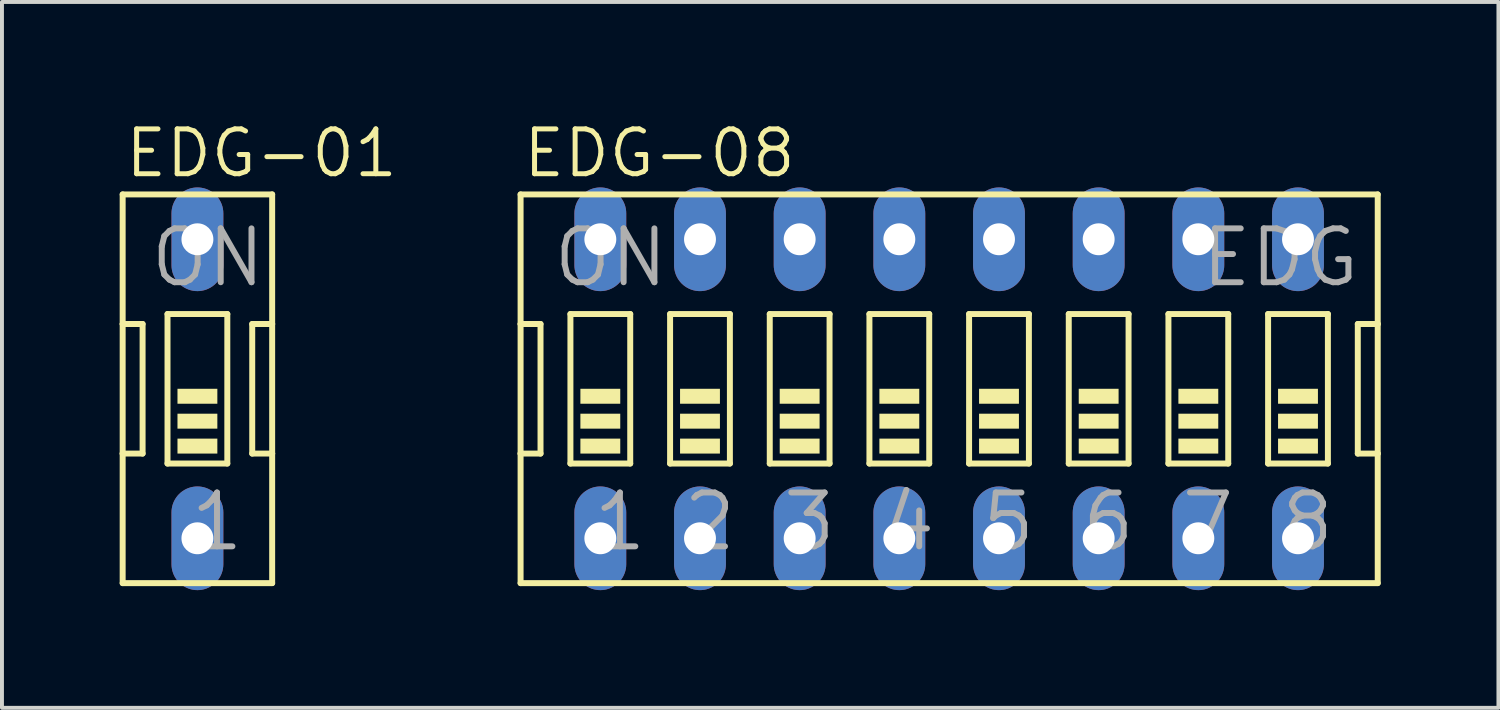
<source format=kicad_pcb>
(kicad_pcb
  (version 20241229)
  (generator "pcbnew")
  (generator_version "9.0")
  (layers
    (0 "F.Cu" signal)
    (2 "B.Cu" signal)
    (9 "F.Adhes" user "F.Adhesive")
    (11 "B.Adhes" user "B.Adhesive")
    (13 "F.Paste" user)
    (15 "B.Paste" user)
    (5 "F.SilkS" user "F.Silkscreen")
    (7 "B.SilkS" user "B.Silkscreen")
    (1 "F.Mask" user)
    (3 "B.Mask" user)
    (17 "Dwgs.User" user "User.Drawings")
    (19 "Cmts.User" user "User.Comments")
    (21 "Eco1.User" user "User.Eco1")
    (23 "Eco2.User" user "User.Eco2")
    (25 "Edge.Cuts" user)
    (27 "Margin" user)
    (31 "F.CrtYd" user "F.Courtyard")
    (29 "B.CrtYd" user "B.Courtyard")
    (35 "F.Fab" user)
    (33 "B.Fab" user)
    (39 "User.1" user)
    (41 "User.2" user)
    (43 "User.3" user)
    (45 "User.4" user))
  (footprint "EDG-08"
    (layer "F.Cu")
    (at 21.139 6.858)
    (property "Reference" "EDG-08" (at -10.922 -5.334 0) (layer "F.SilkS") (effects (font (size 1.143 1.143) (thickness 0.127)) (justify left bottom)))
    (fp_line (start -10.922 -4.953) (end -10.922 -1.651) (stroke (width 0.152) (type solid)) (layer "F.SilkS"))
    (fp_line (start -10.922 -1.651) (end -10.922 1.651) (stroke (width 0.152) (type solid)) (layer "F.SilkS"))
    (fp_line (start -10.922 1.651) (end -10.922 4.953) (stroke (width 0.152) (type solid)) (layer "F.SilkS"))
    (fp_line (start -10.922 1.651) (end -10.414 1.651) (stroke (width 0.152) (type solid)) (layer "F.SilkS"))
    (fp_line (start -10.922 4.953) (end 10.922 4.953) (stroke (width 0.152) (type solid)) (layer "F.SilkS"))
    (fp_line (start -10.414 -1.651) (end -10.922 -1.651) (stroke (width 0.152) (type solid)) (layer "F.SilkS"))
    (fp_line (start -10.414 1.651) (end -10.414 -1.651) (stroke (width 0.152) (type solid)) (layer "F.SilkS"))
    (fp_line (start -9.652 -1.905) (end -9.652 1.905) (stroke (width 0.152) (type solid)) (layer "F.SilkS"))
    (fp_line (start -9.652 -1.905) (end -8.128 -1.905) (stroke (width 0.152) (type solid)) (layer "F.SilkS"))
    (fp_line (start -8.128 1.905) (end -9.652 1.905) (stroke (width 0.152) (type solid)) (layer "F.SilkS"))
    (fp_line (start -8.128 1.905) (end -8.128 -1.905) (stroke (width 0.152) (type solid)) (layer "F.SilkS"))
    (fp_line (start -7.112 -1.905) (end -7.112 1.905) (stroke (width 0.152) (type solid)) (layer "F.SilkS"))
    (fp_line (start -7.112 -1.905) (end -5.588 -1.905) (stroke (width 0.152) (type solid)) (layer "F.SilkS"))
    (fp_line (start -5.588 1.905) (end -7.112 1.905) (stroke (width 0.152) (type solid)) (layer "F.SilkS"))
    (fp_line (start -5.588 1.905) (end -5.588 -1.905) (stroke (width 0.152) (type solid)) (layer "F.SilkS"))
    (fp_line (start -4.572 -1.905) (end -4.572 1.905) (stroke (width 0.152) (type solid)) (layer "F.SilkS"))
    (fp_line (start -4.572 -1.905) (end -3.048 -1.905) (stroke (width 0.152) (type solid)) (layer "F.SilkS"))
    (fp_line (start -3.048 1.905) (end -4.572 1.905) (stroke (width 0.152) (type solid)) (layer "F.SilkS"))
    (fp_line (start -3.048 1.905) (end -3.048 -1.905) (stroke (width 0.152) (type solid)) (layer "F.SilkS"))
    (fp_line (start -2.032 -1.905) (end -2.032 1.905) (stroke (width 0.152) (type solid)) (layer "F.SilkS"))
    (fp_line (start -2.032 -1.905) (end -0.508 -1.905) (stroke (width 0.152) (type solid)) (layer "F.SilkS"))
    (fp_line (start -0.508 1.905) (end -2.032 1.905) (stroke (width 0.152) (type solid)) (layer "F.SilkS"))
    (fp_line (start -0.508 1.905) (end -0.508 -1.905) (stroke (width 0.152) (type solid)) (layer "F.SilkS"))
    (fp_line (start 0.508 -1.905) (end 0.508 1.905) (stroke (width 0.152) (type solid)) (layer "F.SilkS"))
    (fp_line (start 0.508 -1.905) (end 2.032 -1.905) (stroke (width 0.152) (type solid)) (layer "F.SilkS"))
    (fp_line (start 2.032 1.905) (end 0.508 1.905) (stroke (width 0.152) (type solid)) (layer "F.SilkS"))
    (fp_line (start 2.032 1.905) (end 2.032 -1.905) (stroke (width 0.152) (type solid)) (layer "F.SilkS"))
    (fp_line (start 3.048 -1.905) (end 3.048 1.905) (stroke (width 0.152) (type solid)) (layer "F.SilkS"))
    (fp_line (start 3.048 -1.905) (end 4.572 -1.905) (stroke (width 0.152) (type solid)) (layer "F.SilkS"))
    (fp_line (start 4.572 1.905) (end 3.048 1.905) (stroke (width 0.152) (type solid)) (layer "F.SilkS"))
    (fp_line (start 4.572 1.905) (end 4.572 -1.905) (stroke (width 0.152) (type solid)) (layer "F.SilkS"))
    (fp_line (start 5.588 -1.905) (end 5.588 1.905) (stroke (width 0.152) (type solid)) (layer "F.SilkS"))
    (fp_line (start 5.588 -1.905) (end 7.112 -1.905) (stroke (width 0.152) (type solid)) (layer "F.SilkS"))
    (fp_line (start 7.112 1.905) (end 5.588 1.905) (stroke (width 0.152) (type solid)) (layer "F.SilkS"))
    (fp_line (start 7.112 1.905) (end 7.112 -1.905) (stroke (width 0.152) (type solid)) (layer "F.SilkS"))
    (fp_line (start 8.128 -1.905) (end 8.128 1.905) (stroke (width 0.152) (type solid)) (layer "F.SilkS"))
    (fp_line (start 8.128 -1.905) (end 9.652 -1.905) (stroke (width 0.152) (type solid)) (layer "F.SilkS"))
    (fp_line (start 9.652 1.905) (end 8.128 1.905) (stroke (width 0.152) (type solid)) (layer "F.SilkS"))
    (fp_line (start 9.652 1.905) (end 9.652 -1.905) (stroke (width 0.152) (type solid)) (layer "F.SilkS"))
    (fp_line (start 10.414 -1.651) (end 10.414 1.651) (stroke (width 0.152) (type solid)) (layer "F.SilkS"))
    (fp_line (start 10.414 1.651) (end 10.922 1.651) (stroke (width 0.152) (type solid)) (layer "F.SilkS"))
    (fp_line (start 10.922 -4.953) (end -10.922 -4.953) (stroke (width 0.152) (type solid)) (layer "F.SilkS"))
    (fp_line (start 10.922 -1.651) (end 10.414 -1.651) (stroke (width 0.152) (type solid)) (layer "F.SilkS"))
    (fp_line (start 10.922 -1.651) (end 10.922 -4.953) (stroke (width 0.152) (type solid)) (layer "F.SilkS"))
    (fp_line (start 10.922 1.651) (end 10.922 -1.651) (stroke (width 0.152) (type solid)) (layer "F.SilkS"))
    (fp_line (start 10.922 4.953) (end 10.922 1.651) (stroke (width 0.152) (type solid)) (layer "F.SilkS"))
    (fp_poly (pts (xy -9.398 0.381) (xy -8.382 0.381) (xy -8.382 0) (xy -9.398 0)) (stroke (width 0) (type solid)) (fill yes) (layer "F.SilkS"))
    (fp_poly (pts (xy -9.398 1.016) (xy -8.382 1.016) (xy -8.382 0.635) (xy -9.398 0.635)) (stroke (width 0) (type solid)) (fill yes) (layer "F.SilkS"))
    (fp_poly (pts (xy -9.398 1.651) (xy -8.382 1.651) (xy -8.382 1.27) (xy -9.398 1.27)) (stroke (width 0) (type solid)) (fill yes) (layer "F.SilkS"))
    (fp_poly (pts (xy -6.858 0.381) (xy -5.842 0.381) (xy -5.842 0) (xy -6.858 0)) (stroke (width 0) (type solid)) (fill yes) (layer "F.SilkS"))
    (fp_poly (pts (xy -6.858 1.016) (xy -5.842 1.016) (xy -5.842 0.635) (xy -6.858 0.635)) (stroke (width 0) (type solid)) (fill yes) (layer "F.SilkS"))
    (fp_poly (pts (xy -6.858 1.651) (xy -5.842 1.651) (xy -5.842 1.27) (xy -6.858 1.27)) (stroke (width 0) (type solid)) (fill yes) (layer "F.SilkS"))
    (fp_poly (pts (xy -4.318 0.381) (xy -3.302 0.381) (xy -3.302 0) (xy -4.318 0)) (stroke (width 0) (type solid)) (fill yes) (layer "F.SilkS"))
    (fp_poly (pts (xy -4.318 1.016) (xy -3.302 1.016) (xy -3.302 0.635) (xy -4.318 0.635)) (stroke (width 0) (type solid)) (fill yes) (layer "F.SilkS"))
    (fp_poly (pts (xy -4.318 1.651) (xy -3.302 1.651) (xy -3.302 1.27) (xy -4.318 1.27)) (stroke (width 0) (type solid)) (fill yes) (layer "F.SilkS"))
    (fp_poly (pts (xy -1.778 0.381) (xy -0.762 0.381) (xy -0.762 0) (xy -1.778 0)) (stroke (width 0) (type solid)) (fill yes) (layer "F.SilkS"))
    (fp_poly (pts (xy -1.778 1.016) (xy -0.762 1.016) (xy -0.762 0.635) (xy -1.778 0.635)) (stroke (width 0) (type solid)) (fill yes) (layer "F.SilkS"))
    (fp_poly (pts (xy -1.778 1.651) (xy -0.762 1.651) (xy -0.762 1.27) (xy -1.778 1.27)) (stroke (width 0) (type solid)) (fill yes) (layer "F.SilkS"))
    (fp_poly (pts (xy 0.762 0.381) (xy 1.778 0.381) (xy 1.778 0) (xy 0.762 0)) (stroke (width 0) (type solid)) (fill yes) (layer "F.SilkS"))
    (fp_poly (pts (xy 0.762 1.016) (xy 1.778 1.016) (xy 1.778 0.635) (xy 0.762 0.635)) (stroke (width 0) (type solid)) (fill yes) (layer "F.SilkS"))
    (fp_poly (pts (xy 0.762 1.651) (xy 1.778 1.651) (xy 1.778 1.27) (xy 0.762 1.27)) (stroke (width 0) (type solid)) (fill yes) (layer "F.SilkS"))
    (fp_poly (pts (xy 3.302 0.381) (xy 4.318 0.381) (xy 4.318 0) (xy 3.302 0)) (stroke (width 0) (type solid)) (fill yes) (layer "F.SilkS"))
    (fp_poly (pts (xy 3.302 1.016) (xy 4.318 1.016) (xy 4.318 0.635) (xy 3.302 0.635)) (stroke (width 0) (type solid)) (fill yes) (layer "F.SilkS"))
    (fp_poly (pts (xy 3.302 1.651) (xy 4.318 1.651) (xy 4.318 1.27) (xy 3.302 1.27)) (stroke (width 0) (type solid)) (fill yes) (layer "F.SilkS"))
    (fp_poly (pts (xy 5.842 0.381) (xy 6.858 0.381) (xy 6.858 0) (xy 5.842 0)) (stroke (width 0) (type solid)) (fill yes) (layer "F.SilkS"))
    (fp_poly (pts (xy 5.842 1.016) (xy 6.858 1.016) (xy 6.858 0.635) (xy 5.842 0.635)) (stroke (width 0) (type solid)) (fill yes) (layer "F.SilkS"))
    (fp_poly (pts (xy 5.842 1.651) (xy 6.858 1.651) (xy 6.858 1.27) (xy 5.842 1.27)) (stroke (width 0) (type solid)) (fill yes) (layer "F.SilkS"))
    (fp_poly (pts (xy 8.382 0.381) (xy 9.398 0.381) (xy 9.398 0) (xy 8.382 0)) (stroke (width 0) (type solid)) (fill yes) (layer "F.SilkS"))
    (fp_poly (pts (xy 8.382 1.016) (xy 9.398 1.016) (xy 9.398 0.635) (xy 8.382 0.635)) (stroke (width 0) (type solid)) (fill yes) (layer "F.SilkS"))
    (fp_poly (pts (xy 8.382 1.651) (xy 9.398 1.651) (xy 9.398 1.27) (xy 8.382 1.27)) (stroke (width 0) (type solid)) (fill yes) (layer "F.SilkS"))
    (fp_text user "4" (at -1.778 4.191 0) (layer "F.Fab") (effects (font (size 1.372 1.372) (thickness 0.152)) (justify left bottom)))
    (fp_text user "1" (at -9.144 4.191 0) (layer "F.Fab") (effects (font (size 1.372 1.372) (thickness 0.152)) (justify left bottom)))
    (fp_text user "3" (at -4.318 4.191 0) (layer "F.Fab") (effects (font (size 1.372 1.372) (thickness 0.152)) (justify left bottom)))
    (fp_text user "7" (at 5.842 4.191 0) (layer "F.Fab") (effects (font (size 1.372 1.372) (thickness 0.152)) (justify left bottom)))
    (fp_text user "8" (at 8.382 4.191 0) (layer "F.Fab") (effects (font (size 1.372 1.372) (thickness 0.152)) (justify left bottom)))
    (fp_text user "ON" (at -10.16 -2.54 0) (layer "F.Fab") (effects (font (size 1.372 1.372) (thickness 0.152)) (justify left bottom)))
    (fp_text user "5" (at 0.762 4.191 0) (layer "F.Fab") (effects (font (size 1.372 1.372) (thickness 0.152)) (justify left bottom)))
    (fp_text user "6" (at 3.302 4.191 0) (layer "F.Fab") (effects (font (size 1.372 1.372) (thickness 0.152)) (justify left bottom)))
    (fp_text user "2" (at -6.858 4.191 0) (layer "F.Fab") (effects (font (size 1.372 1.372) (thickness 0.152)) (justify left bottom)))
    (fp_text user "EDG" (at 6.35 -2.54 0) (layer "F.Fab") (effects (font (size 1.372 1.372) (thickness 0.152)) (justify left bottom)))
    (pad "1" thru_hole oval (at -8.89 3.81 90) (size 2.642 1.321) (drill 0.813) (layers "*.Cu" "*.Mask"))
    (pad "2" thru_hole oval (at -6.35 3.81 90) (size 2.642 1.321) (drill 0.813) (layers "*.Cu" "*.Mask"))
    (pad "3" thru_hole oval (at -3.81 3.81 90) (size 2.642 1.321) (drill 0.813) (layers "*.Cu" "*.Mask"))
    (pad "4" thru_hole oval (at -1.27 3.81 90) (size 2.642 1.321) (drill 0.813) (layers "*.Cu" "*.Mask"))
    (pad "5" thru_hole oval (at 1.27 3.81 90) (size 2.642 1.321) (drill 0.813) (layers "*.Cu" "*.Mask"))
    (pad "6" thru_hole oval (at 3.81 3.81 90) (size 2.642 1.321) (drill 0.813) (layers "*.Cu" "*.Mask"))
    (pad "7" thru_hole oval (at 6.35 3.81 90) (size 2.642 1.321) (drill 0.813) (layers "*.Cu" "*.Mask"))
    (pad "8" thru_hole oval (at 8.89 3.81 90) (size 2.642 1.321) (drill 0.813) (layers "*.Cu" "*.Mask"))
    (pad "9" thru_hole oval (at 8.89 -3.81 90) (size 2.642 1.321) (drill 0.813) (layers "*.Cu" "*.Mask"))
    (pad "10" thru_hole oval (at 6.35 -3.81 90) (size 2.642 1.321) (drill 0.813) (layers "*.Cu" "*.Mask"))
    (pad "11" thru_hole oval (at 3.81 -3.81 90) (size 2.642 1.321) (drill 0.813) (layers "*.Cu" "*.Mask"))
    (pad "12" thru_hole oval (at 1.27 -3.81 90) (size 2.642 1.321) (drill 0.813) (layers "*.Cu" "*.Mask"))
    (pad "13" thru_hole oval (at -1.27 -3.81 90) (size 2.642 1.321) (drill 0.813) (layers "*.Cu" "*.Mask"))
    (pad "14" thru_hole oval (at -3.81 -3.81 90) (size 2.642 1.321) (drill 0.813) (layers "*.Cu" "*.Mask"))
    (pad "15" thru_hole oval (at -6.35 -3.81 90) (size 2.642 1.321) (drill 0.813) (layers "*.Cu" "*.Mask"))
    (pad "16" thru_hole oval (at -8.89 -3.81 90) (size 2.642 1.321) (drill 0.813) (layers "*.Cu" "*.Mask")))
  (footprint "EDG-01"
    (layer "F.Cu")
    (at 1.981 6.858)
    (property "Reference" "EDG-01" (at -1.905 -5.334 0) (layer "F.SilkS") (effects (font (size 1.143 1.143) (thickness 0.127)) (justify left bottom)))
    (fp_line (start -1.905 -4.953) (end -1.905 -1.651) (stroke (width 0.152) (type solid)) (layer "F.SilkS"))
    (fp_line (start -1.905 -1.651) (end -1.905 1.651) (stroke (width 0.152) (type solid)) (layer "F.SilkS"))
    (fp_line (start -1.905 1.651) (end -1.905 4.953) (stroke (width 0.152) (type solid)) (layer "F.SilkS"))
    (fp_line (start -1.905 1.651) (end -1.397 1.651) (stroke (width 0.152) (type solid)) (layer "F.SilkS"))
    (fp_line (start -1.905 4.953) (end 1.905 4.953) (stroke (width 0.152) (type solid)) (layer "F.SilkS"))
    (fp_line (start -1.397 -1.651) (end -1.905 -1.651) (stroke (width 0.152) (type solid)) (layer "F.SilkS"))
    (fp_line (start -1.397 1.651) (end -1.397 -1.651) (stroke (width 0.152) (type solid)) (layer "F.SilkS"))
    (fp_line (start -0.762 -1.905) (end -0.762 1.905) (stroke (width 0.152) (type solid)) (layer "F.SilkS"))
    (fp_line (start -0.762 -1.905) (end 0.762 -1.905) (stroke (width 0.152) (type solid)) (layer "F.SilkS"))
    (fp_line (start 0.762 1.905) (end -0.762 1.905) (stroke (width 0.152) (type solid)) (layer "F.SilkS"))
    (fp_line (start 0.762 1.905) (end 0.762 -1.905) (stroke (width 0.152) (type solid)) (layer "F.SilkS"))
    (fp_line (start 1.397 -1.651) (end 1.397 1.651) (stroke (width 0.152) (type solid)) (layer "F.SilkS"))
    (fp_line (start 1.397 1.651) (end 1.905 1.651) (stroke (width 0.152) (type solid)) (layer "F.SilkS"))
    (fp_line (start 1.905 -4.953) (end -1.905 -4.953) (stroke (width 0.152) (type solid)) (layer "F.SilkS"))
    (fp_line (start 1.905 -1.651) (end 1.397 -1.651) (stroke (width 0.152) (type solid)) (layer "F.SilkS"))
    (fp_line (start 1.905 -1.651) (end 1.905 -4.953) (stroke (width 0.152) (type solid)) (layer "F.SilkS"))
    (fp_line (start 1.905 1.651) (end 1.905 -1.651) (stroke (width 0.152) (type solid)) (layer "F.SilkS"))
    (fp_line (start 1.905 4.953) (end 1.905 1.651) (stroke (width 0.152) (type solid)) (layer "F.SilkS"))
    (fp_poly (pts (xy -0.508 0.381) (xy 0.508 0.381) (xy 0.508 0) (xy -0.508 0)) (stroke (width 0) (type solid)) (fill yes) (layer "F.SilkS"))
    (fp_poly (pts (xy -0.508 1.016) (xy 0.508 1.016) (xy 0.508 0.635) (xy -0.508 0.635)) (stroke (width 0) (type solid)) (fill yes) (layer "F.SilkS"))
    (fp_poly (pts (xy -0.508 1.651) (xy 0.508 1.651) (xy 0.508 1.27) (xy -0.508 1.27)) (stroke (width 0) (type solid)) (fill yes) (layer "F.SilkS"))
    (fp_text user "ON" (at -1.27 -2.54 0) (layer "F.Fab") (effects (font (size 1.372 1.372) (thickness 0.152)) (justify left bottom)))
    (fp_text user "1" (at -0.254 4.191 0) (layer "F.Fab") (effects (font (size 1.372 1.372) (thickness 0.152)) (justify left bottom)))
    (pad "1" thru_hole oval (at 0 3.81 90) (size 2.642 1.321) (drill 0.813) (layers "*.Cu" "*.Mask"))
    (pad "2" thru_hole oval (at 0 -3.81 90) (size 2.642 1.321) (drill 0.813) (layers "*.Cu" "*.Mask")))
  (gr_rect
    (start -3 -3)
    (end 35.137 14.989)
    (stroke (width 0.1) (type default))
    (fill no)
    (layer "Edge.Cuts")))
</source>
